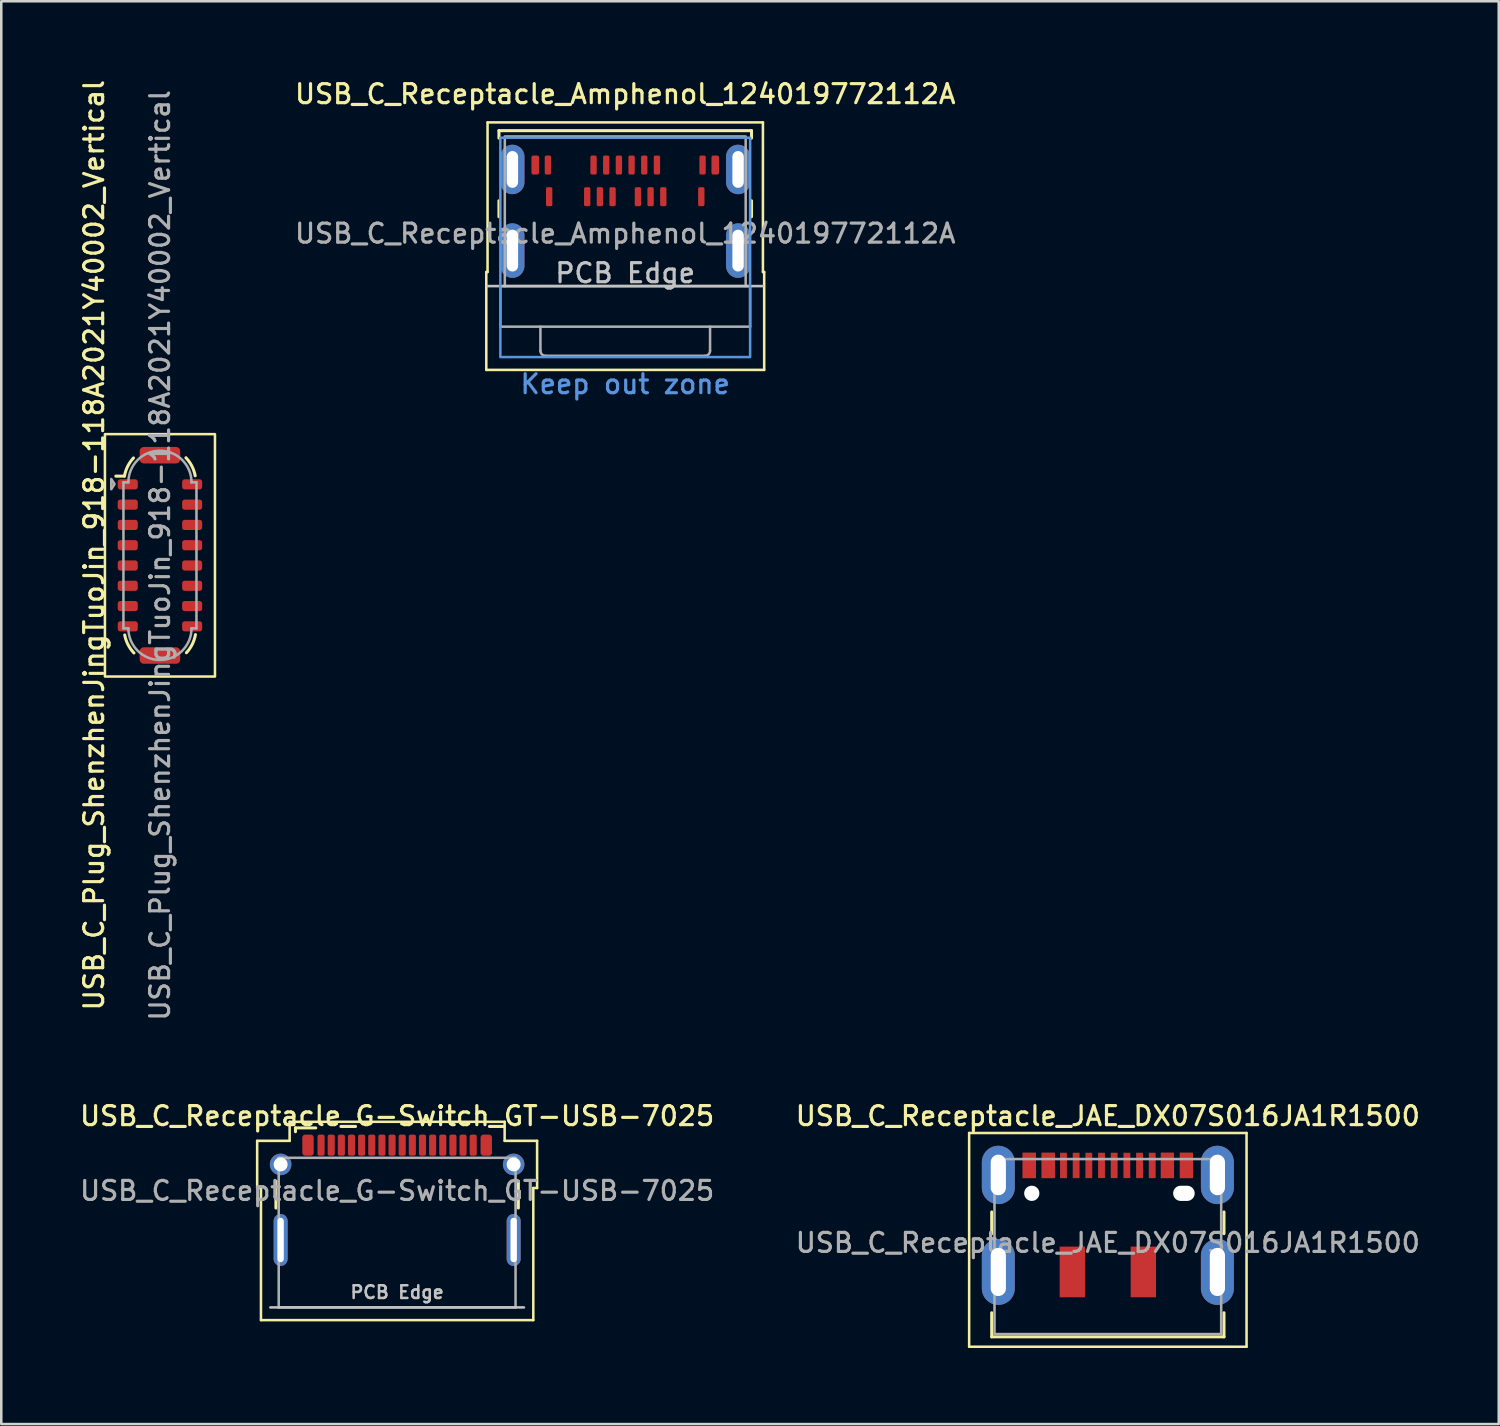
<source format=kicad_pcb>
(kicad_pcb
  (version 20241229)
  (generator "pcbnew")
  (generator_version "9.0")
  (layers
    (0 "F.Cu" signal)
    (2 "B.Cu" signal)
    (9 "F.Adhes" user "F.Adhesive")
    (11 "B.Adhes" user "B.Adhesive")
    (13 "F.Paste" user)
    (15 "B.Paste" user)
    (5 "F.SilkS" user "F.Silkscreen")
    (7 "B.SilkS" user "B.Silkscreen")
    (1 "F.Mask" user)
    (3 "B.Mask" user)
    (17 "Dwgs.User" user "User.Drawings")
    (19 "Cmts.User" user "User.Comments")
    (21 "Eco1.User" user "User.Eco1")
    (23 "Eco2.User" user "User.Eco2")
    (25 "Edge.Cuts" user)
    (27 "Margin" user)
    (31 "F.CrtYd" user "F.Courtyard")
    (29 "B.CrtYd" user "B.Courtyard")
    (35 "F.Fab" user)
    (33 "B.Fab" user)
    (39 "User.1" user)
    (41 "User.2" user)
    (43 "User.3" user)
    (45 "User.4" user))
  (footprint "USB_C_Receptacle_JAE_DX07S016JA1R1500"
    (layer "F.Cu")
    (at 40.641 45.962)
    (property "Reference" "USB_C_Receptacle_JAE_DX07S016JA1R1500" (at 0 -5 0) (layer "F.SilkS") (effects (font (size 0.75 0.75) (thickness 0.125))))
    (attr smd)
    (fp_line (start -5.47 -4.33) (end -5.47 4.1) (stroke (width 0.1) (type solid)) (layer "F.SilkS"))
    (fp_line (start -5.47 -4.33) (end 5.47 -4.33) (stroke (width 0.1) (type solid)) (layer "F.SilkS"))
    (fp_line (start -5.47 4.1) (end 5.47 4.1) (stroke (width 0.1) (type solid)) (layer "F.SilkS"))
    (fp_line (start -4.58 -1.215) (end -4.58 -0.36) (stroke (width 0.12) (type solid)) (layer "F.SilkS"))
    (fp_line (start -4.58 2.76) (end -4.58 3.71) (stroke (width 0.12) (type solid)) (layer "F.SilkS"))
    (fp_line (start -4.58 3.71) (end 4.58 3.71) (stroke (width 0.12) (type solid)) (layer "F.SilkS"))
    (fp_line (start 4.58 -1.215) (end 4.58 -0.36) (stroke (width 0.12) (type solid)) (layer "F.SilkS"))
    (fp_line (start 4.58 2.76) (end 4.58 3.71) (stroke (width 0.12) (type solid)) (layer "F.SilkS"))
    (fp_line (start 5.47 -4.33) (end 5.47 4.1) (stroke (width 0.1) (type solid)) (layer "F.SilkS"))
    (fp_line (start -4.47 -3.3) (end -4.47 3.6) (stroke (width 0.1) (type solid)) (layer "F.Fab"))
    (fp_line (start -4.47 -3.3) (end 4.47 -3.3) (stroke (width 0.1) (type solid)) (layer "F.Fab"))
    (fp_line (start -4.47 3.6) (end 4.47 3.6) (stroke (width 0.1) (type solid)) (layer "F.Fab"))
    (fp_line (start 4.47 -3.3) (end 4.47 3.6) (stroke (width 0.1) (type solid)) (layer "F.Fab"))
    (fp_text user "${REFERENCE}" (at 0 0 0) (layer "F.Fab") (effects (font (size 0.75 0.75) (thickness 0.125))))
    (pad "" np_thru_hole circle (at -3 -1.95) (size 0.6 0.6) (drill 0.6) (layers "*.Cu" "*.Mask"))
    (pad "" smd rect (at -1.4 1.15) (size 1 2) (layers "F.Cu" "F.Mask" "F.Paste"))
    (pad "" smd rect (at 1.4 1.15) (size 1 2) (layers "F.Cu" "F.Mask" "F.Paste"))
    (pad "" np_thru_hole oval (at 3 -1.95) (size 0.85 0.6) (drill oval 0.85 0.6) (layers "*.Cu" "*.Mask"))
    (pad "A1" smd rect (at -3.1 -3.05) (size 0.52 1) (layers "F.Cu" "F.Mask" "F.Paste"))
    (pad "A4" smd rect (at -2.35 -3.05) (size 0.52 1) (layers "F.Cu" "F.Mask" "F.Paste"))
    (pad "A5" smd rect (at -1.75 -3.05) (size 0.27 1) (layers "F.Cu" "F.Mask" "F.Paste"))
    (pad "A6" smd rect (at -0.25 -3.05) (size 0.27 1) (layers "F.Cu" "F.Mask" "F.Paste"))
    (pad "A7" smd rect (at 0.75 -3.05) (size 0.27 1) (layers "F.Cu" "F.Mask" "F.Paste"))
    (pad "A8" smd rect (at 1.75 -3.05) (size 0.27 1) (layers "F.Cu" "F.Mask" "F.Paste"))
    (pad "A9" smd rect (at 2.35 -3.05) (size 0.52 1) (layers "F.Cu" "F.Mask" "F.Paste"))
    (pad "A12" smd rect (at 3.1 -3.05) (size 0.52 1) (layers "F.Cu" "F.Mask" "F.Paste"))
    (pad "B1" smd rect (at 3.1 -3.05) (size 0.52 1) (layers "F.Cu" "F.Mask" "F.Paste"))
    (pad "B4" smd rect (at 2.35 -3.05) (size 0.52 1) (layers "F.Cu" "F.Mask" "F.Paste"))
    (pad "B5" smd rect (at 1.25 -3.05) (size 0.27 1) (layers "F.Cu" "F.Mask" "F.Paste"))
    (pad "B6" smd rect (at 0.25 -3.05) (size 0.27 1) (layers "F.Cu" "F.Mask" "F.Paste"))
    (pad "B7" smd rect (at -0.75 -3.05) (size 0.27 1) (layers "F.Cu" "F.Mask" "F.Paste"))
    (pad "B8" smd rect (at -1.25 -3.05) (size 0.27 1) (layers "F.Cu" "F.Mask" "F.Paste"))
    (pad "B9" smd rect (at -2.35 -3.05) (size 0.52 1) (layers "F.Cu" "F.Mask" "F.Paste"))
    (pad "B12" smd rect (at -3.1 -3.05) (size 0.52 1) (layers "F.Cu" "F.Mask" "F.Paste"))
    (pad "S1" thru_hole oval (at -4.32 -2.675) (size 1.3 2.3) (drill oval 0.6 1.6) (layers "*.Cu" "*.Mask"))
    (pad "S1" thru_hole oval (at -4.32 1.15) (size 1.3 2.6) (drill oval 0.6 1.9) (layers "*.Cu" "*.Mask"))
    (pad "S1" thru_hole oval (at 4.32 -2.675) (size 1.3 2.3) (drill oval 0.6 1.6) (layers "*.Cu" "*.Mask"))
    (pad "S1" thru_hole oval (at 4.32 1.15) (size 1.3 2.6) (drill oval 0.6 1.9) (layers "*.Cu" "*.Mask")))
  (footprint "USB_C_Receptacle_G-Switch_GT-USB-7025"
    (layer "F.Cu")
    (at 12.612 45.562)
    (property "Reference" "USB_C_Receptacle_G-Switch_GT-USB-7025" (at 0 -4.6 0) (layer "F.SilkS") (effects (font (size 0.75 0.75) (thickness 0.125))))
    (attr smd)
    (fp_line (start -5.52 -1.76) (end -5.52 -3.62) (stroke (width 0.1) (type solid)) (layer "F.SilkS"))
    (fp_line (start -5.37 -1.76) (end -5.52 -1.76) (stroke (width 0.1) (type default)) (layer "F.SilkS"))
    (fp_line (start -5.37 3.45) (end -5.37 -1.76) (stroke (width 0.1) (type default)) (layer "F.SilkS"))
    (fp_line (start -4.78 -2.03) (end -4.78 -0.97) (stroke (width 0.12) (type solid)) (layer "F.SilkS"))
    (fp_line (start -4.24 -4.37) (end -4.24 -3.62) (stroke (width 0.1) (type default)) (layer "F.SilkS"))
    (fp_line (start -4.24 -4.37) (end 4.24 -4.37) (stroke (width 0.1) (type solid)) (layer "F.SilkS"))
    (fp_line (start -4.24 -3.62) (end -5.52 -3.62) (stroke (width 0.1) (type default)) (layer "F.SilkS"))
    (fp_line (start -4.01 -4.13) (end -4.01 -3.98) (stroke (width 0.12) (type default)) (layer "F.SilkS"))
    (fp_line (start -3.21 -4.13) (end -4.01 -4.13) (stroke (width 0.12) (type default)) (layer "F.SilkS"))
    (fp_line (start 4.24 -4.37) (end 4.24 -3.62) (stroke (width 0.1) (type default)) (layer "F.SilkS"))
    (fp_line (start 4.24 -3.62) (end 5.52 -3.62) (stroke (width 0.1) (type default)) (layer "F.SilkS"))
    (fp_line (start 4.78 -0.97) (end 4.78 -2.03) (stroke (width 0.12) (type solid)) (layer "F.SilkS"))
    (fp_line (start 5.37 -1.76) (end 5.37 3.45) (stroke (width 0.1) (type default)) (layer "F.SilkS"))
    (fp_line (start 5.37 3.45) (end -5.37 3.45) (stroke (width 0.1) (type solid)) (layer "F.SilkS"))
    (fp_line (start 5.52 -3.62) (end 5.52 -1.76) (stroke (width 0.1) (type solid)) (layer "F.SilkS"))
    (fp_line (start 5.52 -1.76) (end 5.37 -1.76) (stroke (width 0.1) (type default)) (layer "F.SilkS"))
    (fp_line (start -5 2.95) (end 5 2.95) (stroke (width 0.1) (type default)) (layer "Dwgs.User"))
    (fp_line (start -4.67 -2.95) (end -4.67 2.95) (stroke (width 0.1) (type solid)) (layer "F.Fab"))
    (fp_line (start -4.67 -2.95) (end 4.67 -2.95) (stroke (width 0.1) (type solid)) (layer "F.Fab"))
    (fp_line (start -4.67 2.95) (end 4.67 2.95) (stroke (width 0.1) (type solid)) (layer "F.Fab"))
    (fp_line (start 4.67 2.95) (end 4.67 -2.95) (stroke (width 0.1) (type solid)) (layer "F.Fab"))
    (fp_text user "PCB Edge" (at 0 2.35 0) (unlocked yes) (layer "Dwgs.User") (effects (font (size 0.5 0.5) (thickness 0.1) (bold yes))))
    (fp_text user "${REFERENCE}" (at 0 -1.65 0) (layer "F.Fab") (effects (font (size 0.75 0.75) (thickness 0.125))))
    (pad "A1" smd roundrect (at -3 -3.45) (size 0.28 0.83) (layers "F.Cu" "F.Mask" "F.Paste") (roundrect_rratio 0.25))
    (pad "A4" smd roundrect (at -2.2 -3.45) (size 0.28 0.83) (layers "F.Cu" "F.Mask" "F.Paste") (roundrect_rratio 0.25))
    (pad "A5" smd roundrect (at -1.4 -3.45) (size 0.28 0.83) (layers "F.Cu" "F.Mask" "F.Paste") (roundrect_rratio 0.25))
    (pad "A6" smd roundrect (at -0.6 -3.45) (size 0.28 0.83) (layers "F.Cu" "F.Mask" "F.Paste") (roundrect_rratio 0.25))
    (pad "A7" smd roundrect (at -0.2 -3.45) (size 0.28 0.83) (layers "F.Cu" "F.Mask" "F.Paste") (roundrect_rratio 0.25))
    (pad "A8" smd roundrect (at 0.2 -3.45) (size 0.28 0.83) (layers "F.Cu" "F.Mask" "F.Paste") (roundrect_rratio 0.25))
    (pad "A9" smd roundrect (at 1.8 -3.45) (size 0.28 0.83) (layers "F.Cu" "F.Mask" "F.Paste") (roundrect_rratio 0.25))
    (pad "A12" smd roundrect (at 2.6 -3.45) (size 0.28 0.83) (layers "F.Cu" "F.Mask" "F.Paste") (roundrect_rratio 0.25))
    (pad "B1" smd roundrect (at 3 -3.45) (size 0.28 0.83) (layers "F.Cu" "F.Mask" "F.Paste") (roundrect_rratio 0.25))
    (pad "B4" smd roundrect (at 2.2 -3.45) (size 0.28 0.83) (layers "F.Cu" "F.Mask" "F.Paste") (roundrect_rratio 0.25))
    (pad "B5" smd roundrect (at 1.4 -3.45) (size 0.28 0.83) (layers "F.Cu" "F.Mask" "F.Paste") (roundrect_rratio 0.25))
    (pad "B6" smd roundrect (at 1 -3.45) (size 0.28 0.83) (layers "F.Cu" "F.Mask" "F.Paste") (roundrect_rratio 0.25))
    (pad "B7" smd roundrect (at 0.6 -3.45) (size 0.28 0.83) (layers "F.Cu" "F.Mask" "F.Paste") (roundrect_rratio 0.25))
    (pad "B8" smd roundrect (at -1 -3.45) (size 0.28 0.83) (layers "F.Cu" "F.Mask" "F.Paste") (roundrect_rratio 0.25))
    (pad "B9" smd roundrect (at -1.8 -3.45) (size 0.28 0.83) (layers "F.Cu" "F.Mask" "F.Paste") (roundrect_rratio 0.25))
    (pad "B12" smd roundrect (at -2.6 -3.45) (size 0.28 0.83) (layers "F.Cu" "F.Mask" "F.Paste") (roundrect_rratio 0.25))
    (pad "GND" smd roundrect (at -3.515 -3.45) (size 0.45 0.83) (layers "F.Cu" "F.Mask" "F.Paste") (roundrect_rratio 0.25))
    (pad "GND" smd roundrect (at 3.515 -3.45) (size 0.45 0.83) (layers "F.Cu" "F.Mask" "F.Paste") (roundrect_rratio 0.25))
    (pad "S1" thru_hole circle (at -4.595 -2.69) (size 0.85 0.85) (drill 0.55) (layers "*.Cu" "*.Mask"))
    (pad "S1" thru_hole oval (at -4.595 0.29) (size 0.55 2.05) (drill oval 0.25 1.75) (layers "*.Cu" "*.Mask"))
    (pad "S1" thru_hole circle (at 4.595 -2.69) (size 0.85 0.85) (drill 0.55) (layers "*.Cu" "*.Mask"))
    (pad "S1" thru_hole oval (at 4.595 0.29) (size 0.55 2.05) (drill oval 0.25 1.75) (layers "*.Cu" "*.Mask")))
  (footprint "USB_C_Receptacle_Amphenol_124019772112A"
    (layer "F.Cu")
    (at 21.608 6.658)
    (property "Reference" "USB_C_Receptacle_Amphenol_124019772112A" (at 0 -6 0) (unlocked yes) (layer "F.SilkS") (effects (font (size 0.75 0.75) (thickness 0.125))))
    (attr smd)
    (fp_line (start -5.48 1.02) (end -5.43 1.02) (stroke (width 0.1) (type default)) (layer "F.SilkS"))
    (fp_line (start -5.48 4.88) (end -5.48 1.02) (stroke (width 0.1) (type default)) (layer "F.SilkS"))
    (fp_line (start -5.43 -4.88) (end 5.43 -4.88) (stroke (width 0.1) (type default)) (layer "F.SilkS"))
    (fp_line (start -5.43 1.02) (end -5.43 -4.88) (stroke (width 0.1) (type default)) (layer "F.SilkS"))
    (fp_line (start -4.98 -4.555) (end -4.98 -4.26) (stroke (width 0.12) (type default)) (layer "F.SilkS"))
    (fp_line (start -4.98 -1.16) (end -4.98 -1.79) (stroke (width 0.12) (type default)) (layer "F.SilkS"))
    (fp_line (start 4.98 -4.555) (end -4.98 -4.555) (stroke (width 0.12) (type default)) (layer "F.SilkS"))
    (fp_line (start 4.98 -4.26) (end 4.98 -4.555) (stroke (width 0.12) (type default)) (layer "F.SilkS"))
    (fp_line (start 4.98 -1.16) (end 4.98 -1.79) (stroke (width 0.12) (type default)) (layer "F.SilkS"))
    (fp_line (start 5.43 -4.88) (end 5.43 1.02) (stroke (width 0.1) (type default)) (layer "F.SilkS"))
    (fp_line (start 5.43 1.02) (end 5.48 1.02) (stroke (width 0.1) (type default)) (layer "F.SilkS"))
    (fp_line (start 5.48 1.02) (end 5.48 4.88) (stroke (width 0.1) (type default)) (layer "F.SilkS"))
    (fp_line (start 5.48 4.88) (end -5.48 4.88) (stroke (width 0.1) (type default)) (layer "F.SilkS"))
    (fp_line (start -5.43 1.575) (end 5.43 1.575) (stroke (width 0.1) (type default)) (layer "Dwgs.User"))
    (fp_rect (start -4.925 -4.275) (end 4.925 4.375) (stroke (width 0.1) (type default)) (fill no) (layer "Cmts.User"))
    (fp_line (start -4.925 1.575) (end -4.75 1.575) (stroke (width 0.1) (type default)) (layer "F.Fab"))
    (fp_line (start -4.925 3.175) (end -4.925 1.575) (stroke (width 0.1) (type default)) (layer "F.Fab"))
    (fp_line (start -4.925 3.175) (end 4.925 3.175) (stroke (width 0.1) (type default)) (layer "F.Fab"))
    (fp_line (start -3.345 3.175) (end -3.345 4.125) (stroke (width 0.1) (type default)) (layer "F.Fab"))
    (fp_line (start -3.145 4.325) (end 3.145 4.325) (stroke (width 0.1) (type default)) (layer "F.Fab"))
    (fp_line (start 3.345 4.125) (end 3.345 3.175) (stroke (width 0.1) (type default)) (layer "F.Fab"))
    (fp_line (start 4.925 1.575) (end 4.75 1.575) (stroke (width 0.1) (type default)) (layer "F.Fab"))
    (fp_line (start 4.925 3.175) (end 4.925 1.575) (stroke (width 0.1) (type default)) (layer "F.Fab"))
    (fp_rect (start -4.75 -4.325) (end 4.75 1.575) (stroke (width 0.1) (type default)) (fill no) (layer "F.Fab"))
    (fp_arc (start -3.145 4.325) (mid -3.286421 4.266421) (end -3.345 4.125) (stroke (width 0.1) (type default)) (layer "F.Fab"))
    (fp_arc (start 3.345 4.125) (mid 3.286421 4.266421) (end 3.145 4.325) (stroke (width 0.1) (type default)) (layer "F.Fab"))
    (fp_text user "PCB Edge" (at 0 1.5 0) (unlocked yes) (layer "Dwgs.User") (effects (font (size 0.75 0.75) (thickness 0.125)) (justify bottom)))
    (fp_text user "Keep out zone" (at 0 5 0) (unlocked yes) (layer "Cmts.User") (effects (font (size 0.75 0.75) (thickness 0.125)) (justify top)))
    (fp_text user "${REFERENCE}" (at 0 -0.5 0) (unlocked yes) (layer "F.Fab") (effects (font (size 0.75 0.75) (thickness 0.125))))
    (pad "A1" smd roundrect (at -3.55 -3.2) (size 0.3 0.75) (layers "F.Cu" "F.Mask" "F.Paste") (roundrect_rratio 0.25))
    (pad "A1" smd roundrect (at -3.05 -3.2) (size 0.25 0.75) (layers "F.Cu" "F.Mask" "F.Paste") (roundrect_rratio 0.25))
    (pad "A1" smd roundrect (at 3.55 -3.2) (size 0.3 0.75) (layers "F.Cu" "F.Mask" "F.Paste") (roundrect_rratio 0.25))
    (pad "A4" smd roundrect (at -1.25 -3.2) (size 0.25 0.75) (layers "F.Cu" "F.Mask" "F.Paste") (roundrect_rratio 0.25))
    (pad "A5" smd roundrect (at -0.75 -3.2) (size 0.25 0.75) (layers "F.Cu" "F.Mask" "F.Paste") (roundrect_rratio 0.25))
    (pad "A6" smd roundrect (at -0.25 -3.2) (size 0.25 0.75) (layers "F.Cu" "F.Mask" "F.Paste") (roundrect_rratio 0.25))
    (pad "A7" smd roundrect (at 0.25 -3.2) (size 0.25 0.75) (layers "F.Cu" "F.Mask" "F.Paste") (roundrect_rratio 0.25))
    (pad "A8" smd roundrect (at 0.75 -3.2) (size 0.25 0.75) (layers "F.Cu" "F.Mask" "F.Paste") (roundrect_rratio 0.25))
    (pad "A9" smd roundrect (at 1.25 -3.2) (size 0.25 0.75) (layers "F.Cu" "F.Mask" "F.Paste") (roundrect_rratio 0.25))
    (pad "A12" smd roundrect (at 3.05 -3.2) (size 0.25 0.75) (layers "F.Cu" "F.Mask" "F.Paste") (roundrect_rratio 0.25))
    (pad "B1" smd roundrect (at 3 -1.95) (size 0.25 0.75) (layers "F.Cu" "F.Mask" "F.Paste") (roundrect_rratio 0.25))
    (pad "B4" smd roundrect (at 1.5 -1.95) (size 0.25 0.75) (layers "F.Cu" "F.Mask" "F.Paste") (roundrect_rratio 0.25))
    (pad "B5" smd roundrect (at 1 -1.95) (size 0.25 0.75) (layers "F.Cu" "F.Mask" "F.Paste") (roundrect_rratio 0.25))
    (pad "B6" smd roundrect (at 0.5 -1.95) (size 0.25 0.75) (layers "F.Cu" "F.Mask" "F.Paste") (roundrect_rratio 0.25))
    (pad "B7" smd roundrect (at -0.5 -1.95) (size 0.25 0.75) (layers "F.Cu" "F.Mask" "F.Paste") (roundrect_rratio 0.25))
    (pad "B8" smd roundrect (at -1 -1.95) (size 0.25 0.75) (layers "F.Cu" "F.Mask" "F.Paste") (roundrect_rratio 0.25))
    (pad "B9" smd roundrect (at -1.5 -1.95) (size 0.25 0.75) (layers "F.Cu" "F.Mask" "F.Paste") (roundrect_rratio 0.25))
    (pad "B12" smd roundrect (at -3 -1.95) (size 0.25 0.75) (layers "F.Cu" "F.Mask" "F.Paste") (roundrect_rratio 0.25))
    (pad "S1" thru_hole oval (at -4.45 -3.025) (size 0.95 1.95) (drill oval 0.45 1.45) (layers "*.Cu" "*.Mask"))
    (pad "S1" thru_hole oval (at -4.45 0.175) (size 0.95 2.15) (drill oval 0.45 1.65) (layers "*.Cu" "*.Mask"))
    (pad "S1" thru_hole oval (at 4.45 -3.025) (size 0.95 1.95) (drill oval 0.45 1.45) (layers "*.Cu" "*.Mask"))
    (pad "S1" thru_hole oval (at 4.45 0.175) (size 0.95 2.15) (drill oval 0.45 1.65) (layers "*.Cu" "*.Mask")))
  (footprint "USB_C_Plug_ShenzhenJingTuoJin_918-118A2021Y40002_Vertical"
    (layer "F.Cu")
    (at 3.258 18.852)
    (property "Reference" "USB_C_Plug_ShenzhenJingTuoJin_918-118A2021Y40002_Vertical" (at -2.6 -0.4 90) (unlocked yes) (layer "F.SilkS") (effects (font (size 0.75 0.75) (thickness 0.125))))
    (attr smd)
    (fp_line (start -1.74 -3.125) (end -1.4 -3.125) (stroke (width 0.12) (type default)) (layer "F.SilkS"))
    (fp_rect (start -2.17 4.78) (end 2.17 -4.78) (stroke (width 0.1) (type solid)) (fill no) (layer "F.SilkS"))
    (fp_arc (start -1.4 -3.125) (mid -1.273005 -3.509002) (end -1.043045 -3.841725) (stroke (width 0.12) (type solid)) (layer "F.SilkS"))
    (fp_arc (start -1.025 3.85) (mid -1.258743 3.520613) (end -1.389879 3.138598) (stroke (width 0.12) (type solid)) (layer "F.SilkS"))
    (fp_arc (start 1.025 -3.85) (mid 1.258743 -3.520613) (end 1.389879 -3.138598) (stroke (width 0.12) (type solid)) (layer "F.SilkS"))
    (fp_arc (start 1.4 3.125) (mid 1.273005 3.509002) (end 1.043045 3.841725) (stroke (width 0.12) (type solid)) (layer "F.SilkS"))
    (fp_line (start -1.44 -2.88) (end -1.245 -2.88) (stroke (width 0.1) (type solid)) (layer "F.Fab"))
    (fp_line (start -1.44 2.88) (end -1.44 -2.88) (stroke (width 0.1) (type solid)) (layer "F.Fab"))
    (fp_line (start -1.245 2.88) (end -1.44 2.88) (stroke (width 0.1) (type solid)) (layer "F.Fab"))
    (fp_line (start 1.245 -2.88) (end 1.44 -2.88) (stroke (width 0.1) (type solid)) (layer "F.Fab"))
    (fp_line (start 1.44 -2.88) (end 1.44 2.88) (stroke (width 0.1) (type solid)) (layer "F.Fab"))
    (fp_line (start 1.44 2.88) (end 1.245 2.88) (stroke (width 0.1) (type solid)) (layer "F.Fab"))
    (fp_arc (start -1.245 -2.88) (mid 0 -4.125) (end 1.245 -2.88) (stroke (width 0.1) (type solid)) (layer "F.Fab"))
    (fp_arc (start 1.245 2.88) (mid 0 4.125) (end -1.245 2.88) (stroke (width 0.1) (type solid)) (layer "F.Fab"))
    (fp_poly (pts (xy -1.92 -3.01) (xy -1.79 -2.81) (xy -1.92 -2.61) (xy -1.92 -2.99)) (stroke (width 0.1) (type solid)) (fill no) (layer "F.Fab"))
    (fp_text user "${REFERENCE}" (at 0 0 90) (unlocked yes) (layer "F.Fab") (effects (font (size 0.75 0.75) (thickness 0.125))))
    (pad "A1" smd roundrect (at -1.27 -2.8 90) (size 0.4 0.79) (layers "F.Cu" "F.Mask" "F.Paste") (roundrect_rratio 0.25))
    (pad "A4" smd roundrect (at -1.27 -2 90) (size 0.4 0.79) (layers "F.Cu" "F.Mask" "F.Paste") (roundrect_rratio 0.25))
    (pad "A5" smd roundrect (at -1.27 -1.2 90) (size 0.4 0.79) (layers "F.Cu" "F.Mask" "F.Paste") (roundrect_rratio 0.25))
    (pad "A6" smd roundrect (at -1.27 -0.4 90) (size 0.4 0.79) (layers "F.Cu" "F.Mask" "F.Paste") (roundrect_rratio 0.25))
    (pad "A7" smd roundrect (at -1.27 0.4 90) (size 0.4 0.79) (layers "F.Cu" "F.Mask" "F.Paste") (roundrect_rratio 0.25))
    (pad "A8" smd roundrect (at -1.27 1.2 90) (size 0.4 0.79) (layers "F.Cu" "F.Mask" "F.Paste") (roundrect_rratio 0.25))
    (pad "A9" smd roundrect (at -1.27 2 90) (size 0.4 0.79) (layers "F.Cu" "F.Mask" "F.Paste") (roundrect_rratio 0.25))
    (pad "A12" smd roundrect (at -1.27 2.8 90) (size 0.4 0.79) (layers "F.Cu" "F.Mask" "F.Paste") (roundrect_rratio 0.25))
    (pad "B1" smd roundrect (at 1.27 2.8 90) (size 0.4 0.79) (layers "F.Cu" "F.Mask" "F.Paste") (roundrect_rratio 0.25))
    (pad "B4" smd roundrect (at 1.27 2 90) (size 0.4 0.79) (layers "F.Cu" "F.Mask" "F.Paste") (roundrect_rratio 0.25))
    (pad "B5" smd roundrect (at 1.27 1.2 90) (size 0.4 0.79) (layers "F.Cu" "F.Mask" "F.Paste") (roundrect_rratio 0.25))
    (pad "B6" smd roundrect (at 1.27 0.4 90) (size 0.4 0.79) (layers "F.Cu" "F.Mask" "F.Paste") (roundrect_rratio 0.25))
    (pad "B7" smd roundrect (at 1.27 -0.4 90) (size 0.4 0.79) (layers "F.Cu" "F.Mask" "F.Paste") (roundrect_rratio 0.25))
    (pad "B8" smd roundrect (at 1.27 -1.2 90) (size 0.4 0.79) (layers "F.Cu" "F.Mask" "F.Paste") (roundrect_rratio 0.25))
    (pad "B9" smd roundrect (at 1.27 -2 90) (size 0.4 0.79) (layers "F.Cu" "F.Mask" "F.Paste") (roundrect_rratio 0.25))
    (pad "B12" smd roundrect (at 1.27 -2.8 90) (size 0.4 0.79) (layers "F.Cu" "F.Mask" "F.Paste") (roundrect_rratio 0.25))
    (pad "S1" smd roundrect (at 0 -3.95 90) (size 0.65 1.6) (layers "F.Cu" "F.Mask" "F.Paste") (roundrect_rratio 0.25))
    (pad "S1" smd roundrect (at 0 3.95 90) (size 0.65 1.6) (layers "F.Cu" "F.Mask" "F.Paste") (roundrect_rratio 0.25)))
  (gr_rect
    (start -3 -3)
    (end 56.057 53.112)
    (stroke (width 0.1) (type default))
    (fill no)
    (layer "Edge.Cuts")))
</source>
